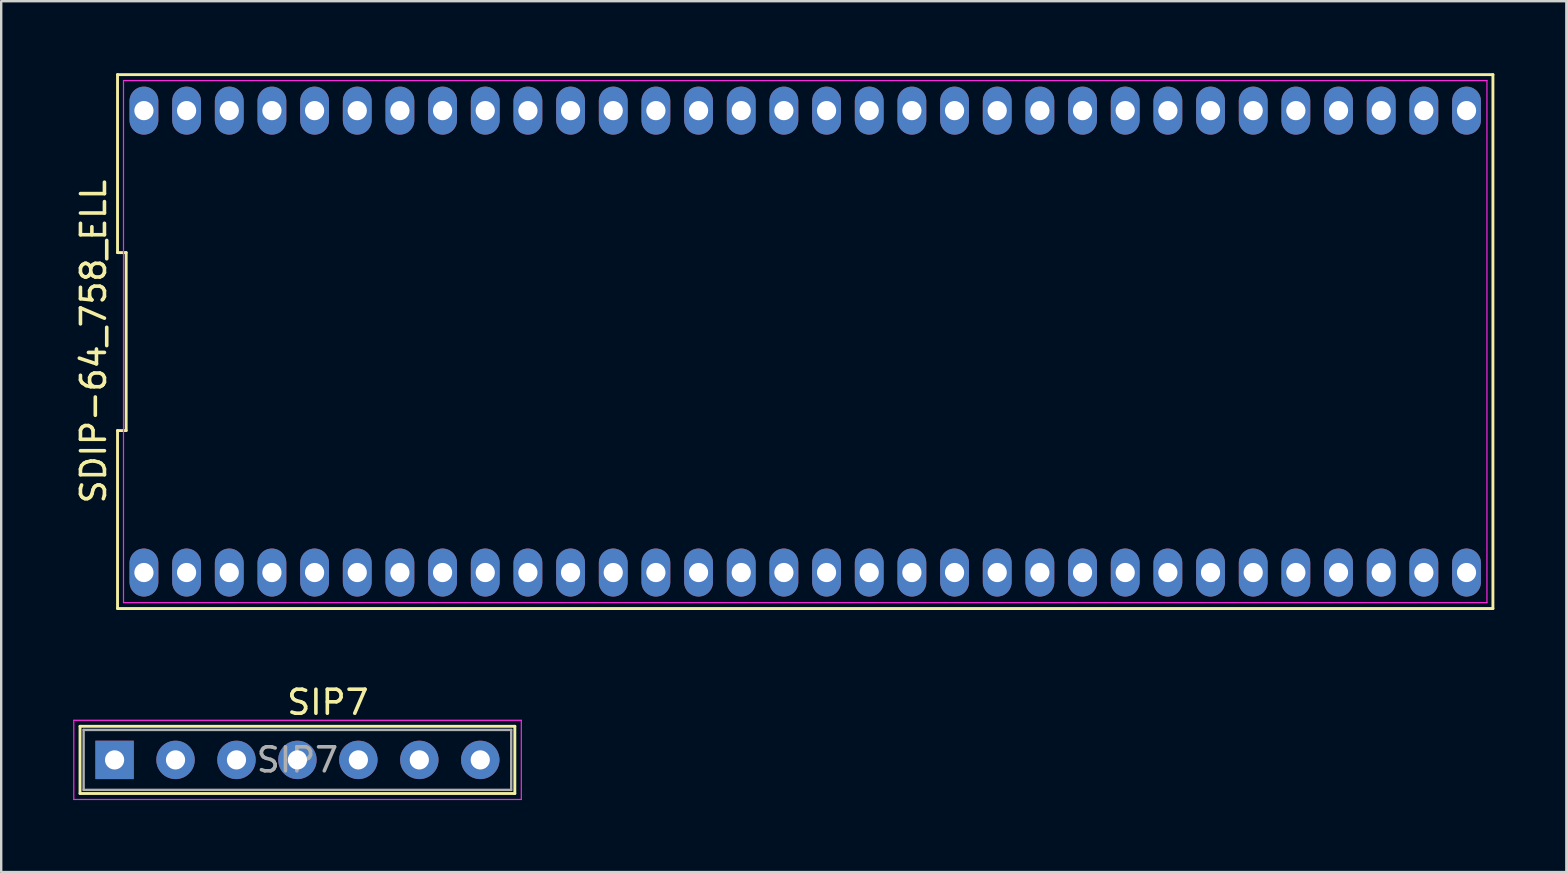
<source format=kicad_pcb>
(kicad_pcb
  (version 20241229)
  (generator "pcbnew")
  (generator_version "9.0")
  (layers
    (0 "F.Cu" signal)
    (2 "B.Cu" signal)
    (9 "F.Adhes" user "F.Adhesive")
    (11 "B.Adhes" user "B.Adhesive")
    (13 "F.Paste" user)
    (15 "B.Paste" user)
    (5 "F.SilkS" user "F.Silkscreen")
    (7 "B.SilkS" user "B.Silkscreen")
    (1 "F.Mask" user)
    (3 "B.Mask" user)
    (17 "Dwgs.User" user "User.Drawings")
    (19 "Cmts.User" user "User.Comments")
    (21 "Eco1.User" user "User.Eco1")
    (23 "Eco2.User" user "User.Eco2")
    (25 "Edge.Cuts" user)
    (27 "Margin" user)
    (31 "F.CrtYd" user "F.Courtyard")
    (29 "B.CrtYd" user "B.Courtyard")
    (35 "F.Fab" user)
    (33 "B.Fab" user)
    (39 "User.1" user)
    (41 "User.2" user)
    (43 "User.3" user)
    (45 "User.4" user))
  (footprint "SIP7"
    (layer "F.Cu")
    (at 1.725 28.618)
    (property "Reference" "SIP7" (at 8.89 -2.4 0) (layer "F.SilkS") (effects (font (size 1 1) (thickness 0.15))))
    (attr through_hole)
    (fp_line (start -1.44 -1.4) (end -1.44 1.4) (stroke (width 0.12) (type solid)) (layer "F.SilkS"))
    (fp_line (start -1.44 1.4) (end 16.68 1.4) (stroke (width 0.12) (type solid)) (layer "F.SilkS"))
    (fp_line (start 16.68 -1.4) (end -1.44 -1.4) (stroke (width 0.12) (type solid)) (layer "F.SilkS"))
    (fp_line (start 16.68 1.4) (end 16.68 -1.4) (stroke (width 0.12) (type solid)) (layer "F.SilkS"))
    (fp_line (start -1.7 -1.65) (end -1.7 1.65) (stroke (width 0.05) (type solid)) (layer "F.CrtYd"))
    (fp_line (start -1.7 1.65) (end 16.95 1.65) (stroke (width 0.05) (type solid)) (layer "F.CrtYd"))
    (fp_line (start 16.95 -1.65) (end -1.7 -1.65) (stroke (width 0.05) (type solid)) (layer "F.CrtYd"))
    (fp_line (start 16.95 1.65) (end 16.95 -1.65) (stroke (width 0.05) (type solid)) (layer "F.CrtYd"))
    (fp_line (start -1.29 -1.25) (end -1.29 1.25) (stroke (width 0.1) (type solid)) (layer "F.Fab"))
    (fp_line (start -1.29 1.25) (end 16.53 1.25) (stroke (width 0.1) (type solid)) (layer "F.Fab"))
    (fp_line (start 16.53 -1.25) (end -1.29 -1.25) (stroke (width 0.1) (type solid)) (layer "F.Fab"))
    (fp_line (start 16.53 1.25) (end 16.53 -1.25) (stroke (width 0.1) (type solid)) (layer "F.Fab"))
    (fp_text user "${REFERENCE}" (at 7.62 0 0) (layer "F.Fab") (effects (font (size 1 1) (thickness 0.15))))
    (pad "1" thru_hole rect (at 0 0) (size 1.6 1.6) (drill 0.8) (layers "*.Cu" "*.Mask"))
    (pad "2" thru_hole oval (at 2.54 0) (size 1.6 1.6) (drill 0.8) (layers "*.Cu" "*.Mask"))
    (pad "3" thru_hole oval (at 5.08 0) (size 1.6 1.6) (drill 0.8) (layers "*.Cu" "*.Mask"))
    (pad "4" thru_hole oval (at 7.62 0) (size 1.6 1.6) (drill 0.8) (layers "*.Cu" "*.Mask"))
    (pad "5" thru_hole oval (at 10.16 0) (size 1.6 1.6) (drill 0.8) (layers "*.Cu" "*.Mask"))
    (pad "6" thru_hole oval (at 12.7 0) (size 1.6 1.6) (drill 0.8) (layers "*.Cu" "*.Mask"))
    (pad "7" thru_hole oval (at 15.24 0) (size 1.6 1.6) (drill 0.8) (layers "*.Cu" "*.Mask")))
  (footprint "SDIP-64_758_ELL"
    (layer "F.Cu")
    (at 30.507 11.185)
    (property "Reference" "SDIP-64_758_ELL" (at -29.659 0 90) (layer "F.SilkS") (effects (font (size 1 1) (thickness 0.15))))
    (attr through_hole)
    (fp_line (start -28.659 -11.125) (end -28.659 -3.708) (stroke (width 0.12) (type default)) (layer "F.SilkS"))
    (fp_line (start -28.659 -3.708) (end -28.299 -3.708) (stroke (width 0.12) (type default)) (layer "F.SilkS"))
    (fp_line (start -28.659 3.708) (end -28.659 11.125) (stroke (width 0.12) (type default)) (layer "F.SilkS"))
    (fp_line (start -28.659 11.125) (end 28.659 11.125) (stroke (width 0.12) (type default)) (layer "F.SilkS"))
    (fp_line (start -28.299 -3.708) (end -28.299 3.708) (stroke (width 0.12) (type default)) (layer "F.SilkS"))
    (fp_line (start -28.299 3.708) (end -28.659 3.708) (stroke (width 0.12) (type default)) (layer "F.SilkS"))
    (fp_line (start 28.659 -11.125) (end -28.659 -11.125) (stroke (width 0.12) (type default)) (layer "F.SilkS"))
    (fp_line (start 28.659 11.125) (end 28.659 -11.125) (stroke (width 0.12) (type default)) (layer "F.SilkS"))
    (fp_line (start -28.41 -10.88) (end 28.41 -10.88) (stroke (width 0.05) (type default)) (layer "F.CrtYd"))
    (fp_line (start -28.41 10.88) (end -28.41 -10.88) (stroke (width 0.05) (type default)) (layer "F.CrtYd"))
    (fp_line (start 28.41 -10.88) (end 28.41 10.88) (stroke (width 0.05) (type default)) (layer "F.CrtYd"))
    (fp_line (start 28.41 10.88) (end -28.41 10.88) (stroke (width 0.05) (type default)) (layer "F.CrtYd"))
    (pad "1" thru_hole oval (at -27.559 9.625) (size 1.2 2) (drill 0.8) (layers "*.Cu" "*.Mask"))
    (pad "2" thru_hole oval (at -25.781 9.625) (size 1.2 2) (drill 0.8) (layers "*.Cu" "*.Mask"))
    (pad "3" thru_hole oval (at -24.003 9.625) (size 1.2 2) (drill 0.8) (layers "*.Cu" "*.Mask"))
    (pad "4" thru_hole oval (at -22.225 9.625) (size 1.2 2) (drill 0.8) (layers "*.Cu" "*.Mask"))
    (pad "5" thru_hole oval (at -20.447 9.625) (size 1.2 2) (drill 0.8) (layers "*.Cu" "*.Mask"))
    (pad "6" thru_hole oval (at -18.669 9.625) (size 1.2 2) (drill 0.8) (layers "*.Cu" "*.Mask"))
    (pad "7" thru_hole oval (at -16.891 9.625) (size 1.2 2) (drill 0.8) (layers "*.Cu" "*.Mask"))
    (pad "8" thru_hole oval (at -15.113 9.625) (size 1.2 2) (drill 0.8) (layers "*.Cu" "*.Mask"))
    (pad "9" thru_hole oval (at -13.335 9.625) (size 1.2 2) (drill 0.8) (layers "*.Cu" "*.Mask"))
    (pad "10" thru_hole oval (at -11.557 9.625) (size 1.2 2) (drill 0.8) (layers "*.Cu" "*.Mask"))
    (pad "11" thru_hole oval (at -9.779 9.625) (size 1.2 2) (drill 0.8) (layers "*.Cu" "*.Mask"))
    (pad "12" thru_hole oval (at -8.001 9.625) (size 1.2 2) (drill 0.8) (layers "*.Cu" "*.Mask"))
    (pad "13" thru_hole oval (at -6.223 9.625) (size 1.2 2) (drill 0.8) (layers "*.Cu" "*.Mask"))
    (pad "14" thru_hole oval (at -4.445 9.625) (size 1.2 2) (drill 0.8) (layers "*.Cu" "*.Mask"))
    (pad "15" thru_hole oval (at -2.667 9.625) (size 1.2 2) (drill 0.8) (layers "*.Cu" "*.Mask"))
    (pad "16" thru_hole oval (at -0.889 9.625) (size 1.2 2) (drill 0.8) (layers "*.Cu" "*.Mask"))
    (pad "17" thru_hole oval (at 0.889 9.625) (size 1.2 2) (drill 0.8) (layers "*.Cu" "*.Mask"))
    (pad "18" thru_hole oval (at 2.667 9.625) (size 1.2 2) (drill 0.8) (layers "*.Cu" "*.Mask"))
    (pad "19" thru_hole oval (at 4.445 9.625) (size 1.2 2) (drill 0.8) (layers "*.Cu" "*.Mask"))
    (pad "20" thru_hole oval (at 6.223 9.625) (size 1.2 2) (drill 0.8) (layers "*.Cu" "*.Mask"))
    (pad "21" thru_hole oval (at 8.001 9.625) (size 1.2 2) (drill 0.8) (layers "*.Cu" "*.Mask"))
    (pad "22" thru_hole oval (at 9.779 9.625) (size 1.2 2) (drill 0.8) (layers "*.Cu" "*.Mask"))
    (pad "23" thru_hole oval (at 11.557 9.625) (size 1.2 2) (drill 0.8) (layers "*.Cu" "*.Mask"))
    (pad "24" thru_hole oval (at 13.335 9.625) (size 1.2 2) (drill 0.8) (layers "*.Cu" "*.Mask"))
    (pad "25" thru_hole oval (at 15.113 9.625) (size 1.2 2) (drill 0.8) (layers "*.Cu" "*.Mask"))
    (pad "26" thru_hole oval (at 16.891 9.625) (size 1.2 2) (drill 0.8) (layers "*.Cu" "*.Mask"))
    (pad "27" thru_hole oval (at 18.669 9.625) (size 1.2 2) (drill 0.8) (layers "*.Cu" "*.Mask"))
    (pad "28" thru_hole oval (at 20.447 9.625) (size 1.2 2) (drill 0.8) (layers "*.Cu" "*.Mask"))
    (pad "29" thru_hole oval (at 22.225 9.625) (size 1.2 2) (drill 0.8) (layers "*.Cu" "*.Mask"))
    (pad "30" thru_hole oval (at 24.003 9.625) (size 1.2 2) (drill 0.8) (layers "*.Cu" "*.Mask"))
    (pad "31" thru_hole oval (at 25.781 9.625) (size 1.2 2) (drill 0.8) (layers "*.Cu" "*.Mask"))
    (pad "32" thru_hole oval (at 27.559 9.625) (size 1.2 2) (drill 0.8) (layers "*.Cu" "*.Mask"))
    (pad "33" thru_hole oval (at 27.559 -9.625) (size 1.2 2) (drill 0.8) (layers "*.Cu" "*.Mask"))
    (pad "34" thru_hole oval (at 25.781 -9.625) (size 1.2 2) (drill 0.8) (layers "*.Cu" "*.Mask"))
    (pad "35" thru_hole oval (at 24.003 -9.625) (size 1.2 2) (drill 0.8) (layers "*.Cu" "*.Mask"))
    (pad "36" thru_hole oval (at 22.225 -9.625) (size 1.2 2) (drill 0.8) (layers "*.Cu" "*.Mask"))
    (pad "37" thru_hole oval (at 20.447 -9.625) (size 1.2 2) (drill 0.8) (layers "*.Cu" "*.Mask"))
    (pad "38" thru_hole oval (at 18.669 -9.625) (size 1.2 2) (drill 0.8) (layers "*.Cu" "*.Mask"))
    (pad "39" thru_hole oval (at 16.891 -9.625) (size 1.2 2) (drill 0.8) (layers "*.Cu" "*.Mask"))
    (pad "40" thru_hole oval (at 15.113 -9.625) (size 1.2 2) (drill 0.8) (layers "*.Cu" "*.Mask"))
    (pad "41" thru_hole oval (at 13.335 -9.625) (size 1.2 2) (drill 0.8) (layers "*.Cu" "*.Mask"))
    (pad "42" thru_hole oval (at 11.557 -9.625) (size 1.2 2) (drill 0.8) (layers "*.Cu" "*.Mask"))
    (pad "43" thru_hole oval (at 9.779 -9.625) (size 1.2 2) (drill 0.8) (layers "*.Cu" "*.Mask"))
    (pad "44" thru_hole oval (at 8.001 -9.625) (size 1.2 2) (drill 0.8) (layers "*.Cu" "*.Mask"))
    (pad "45" thru_hole oval (at 6.223 -9.625) (size 1.2 2) (drill 0.8) (layers "*.Cu" "*.Mask"))
    (pad "46" thru_hole oval (at 4.445 -9.625) (size 1.2 2) (drill 0.8) (layers "*.Cu" "*.Mask"))
    (pad "47" thru_hole oval (at 2.667 -9.625) (size 1.2 2) (drill 0.8) (layers "*.Cu" "*.Mask"))
    (pad "48" thru_hole oval (at 0.889 -9.625) (size 1.2 2) (drill 0.8) (layers "*.Cu" "*.Mask"))
    (pad "49" thru_hole oval (at -0.889 -9.625) (size 1.2 2) (drill 0.8) (layers "*.Cu" "*.Mask"))
    (pad "50" thru_hole oval (at -2.667 -9.625) (size 1.2 2) (drill 0.8) (layers "*.Cu" "*.Mask"))
    (pad "51" thru_hole oval (at -4.445 -9.625) (size 1.2 2) (drill 0.8) (layers "*.Cu" "*.Mask"))
    (pad "52" thru_hole oval (at -6.223 -9.625) (size 1.2 2) (drill 0.8) (layers "*.Cu" "*.Mask"))
    (pad "53" thru_hole oval (at -8.001 -9.625) (size 1.2 2) (drill 0.8) (layers "*.Cu" "*.Mask"))
    (pad "54" thru_hole oval (at -9.779 -9.625) (size 1.2 2) (drill 0.8) (layers "*.Cu" "*.Mask"))
    (pad "55" thru_hole oval (at -11.557 -9.625) (size 1.2 2) (drill 0.8) (layers "*.Cu" "*.Mask"))
    (pad "56" thru_hole oval (at -13.335 -9.625) (size 1.2 2) (drill 0.8) (layers "*.Cu" "*.Mask"))
    (pad "57" thru_hole oval (at -15.113 -9.625) (size 1.2 2) (drill 0.8) (layers "*.Cu" "*.Mask"))
    (pad "58" thru_hole oval (at -16.891 -9.625) (size 1.2 2) (drill 0.8) (layers "*.Cu" "*.Mask"))
    (pad "59" thru_hole oval (at -18.669 -9.625) (size 1.2 2) (drill 0.8) (layers "*.Cu" "*.Mask"))
    (pad "60" thru_hole oval (at -20.447 -9.625) (size 1.2 2) (drill 0.8) (layers "*.Cu" "*.Mask"))
    (pad "61" thru_hole oval (at -22.225 -9.625) (size 1.2 2) (drill 0.8) (layers "*.Cu" "*.Mask"))
    (pad "62" thru_hole oval (at -24.003 -9.625) (size 1.2 2) (drill 0.8) (layers "*.Cu" "*.Mask"))
    (pad "63" thru_hole oval (at -25.781 -9.625) (size 1.2 2) (drill 0.8) (layers "*.Cu" "*.Mask"))
    (pad "64" thru_hole oval (at -27.559 -9.625) (size 1.2 2) (drill 0.8) (layers "*.Cu" "*.Mask")))
  (gr_rect
    (start -3 -3)
    (end 62.226 33.293)
    (stroke (width 0.1) (type default))
    (fill no)
    (layer "Edge.Cuts")))
</source>
